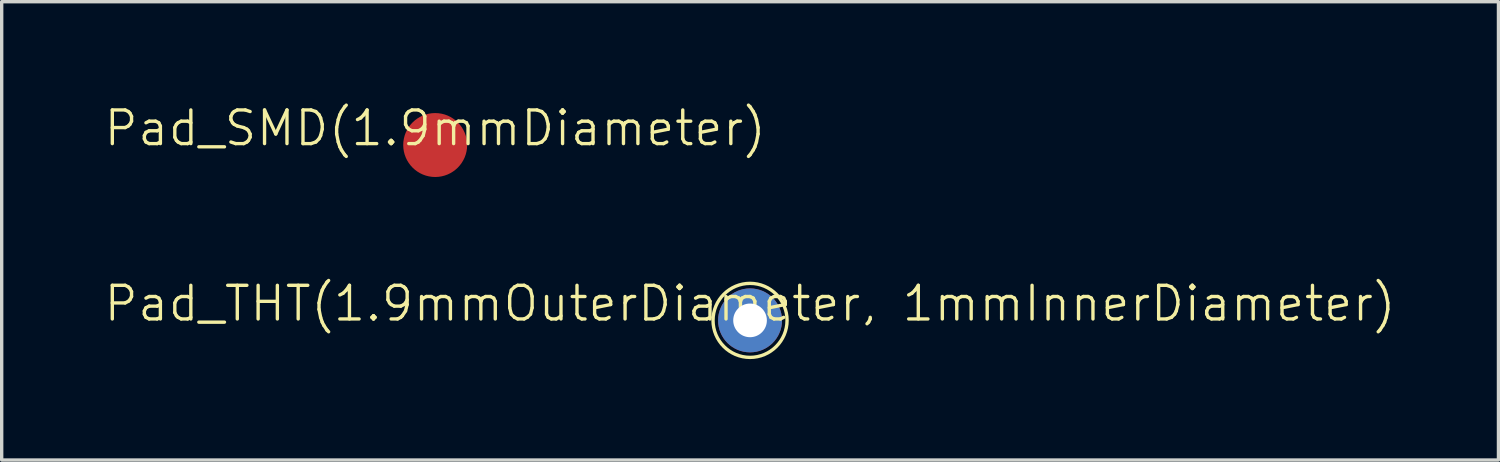
<source format=kicad_pcb>
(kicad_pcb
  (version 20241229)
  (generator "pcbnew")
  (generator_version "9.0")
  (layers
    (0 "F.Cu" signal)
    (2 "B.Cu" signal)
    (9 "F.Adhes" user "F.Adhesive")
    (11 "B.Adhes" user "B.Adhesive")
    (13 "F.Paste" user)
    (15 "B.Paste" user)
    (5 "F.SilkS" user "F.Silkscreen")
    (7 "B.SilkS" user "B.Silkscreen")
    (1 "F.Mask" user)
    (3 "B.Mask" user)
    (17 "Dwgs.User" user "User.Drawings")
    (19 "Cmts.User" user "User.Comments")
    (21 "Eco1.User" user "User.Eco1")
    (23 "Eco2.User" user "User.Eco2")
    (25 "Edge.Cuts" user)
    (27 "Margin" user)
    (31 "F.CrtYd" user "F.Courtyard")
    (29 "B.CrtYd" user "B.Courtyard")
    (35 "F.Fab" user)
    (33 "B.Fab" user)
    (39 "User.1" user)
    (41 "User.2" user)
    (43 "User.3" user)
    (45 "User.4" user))
  (footprint "Pad_SMD(1.9mmDiameter)"
    (layer "F.Cu")
    (at 9.883 1.26)
    (property "Reference" "Pad_SMD(1.9mmDiameter)" (at 0 -0.5 0) (unlocked yes) (layer "F.SilkS") (effects (font (size 1 1) (thickness 0.1))))
    (attr smd)
    (pad "1" smd circle (at 0 0) (size 1.9 1.9) (layers "F.Cu" "F.Mask" "F.Paste")))
  (footprint "Pad_THT(1.9mmOuterDiameter, 1mmInnerDiameter)"
    (layer "F.Cu")
    (at 19.24 6.471)
    (property "Reference" "Pad_THT(1.9mmOuterDiameter, 1mmInnerDiameter)" (at 0 -0.5 0) (unlocked yes) (layer "F.SilkS") (effects (font (size 1 1) (thickness 0.1))))
    (attr smd)
    (fp_circle (center 0 0) (end 1.1 0) (stroke (width 0.1) (type solid)) (fill no) (layer "F.SilkS"))
    (pad "1" thru_hole circle (at 0 0) (size 1.9 1.9) (drill 1) (layers "*.Cu" "*.Mask")))
  (gr_rect
    (start -3 -3)
    (end 41.481 10.621)
    (stroke (width 0.1) (type default))
    (fill no)
    (layer "Edge.Cuts")))
</source>
